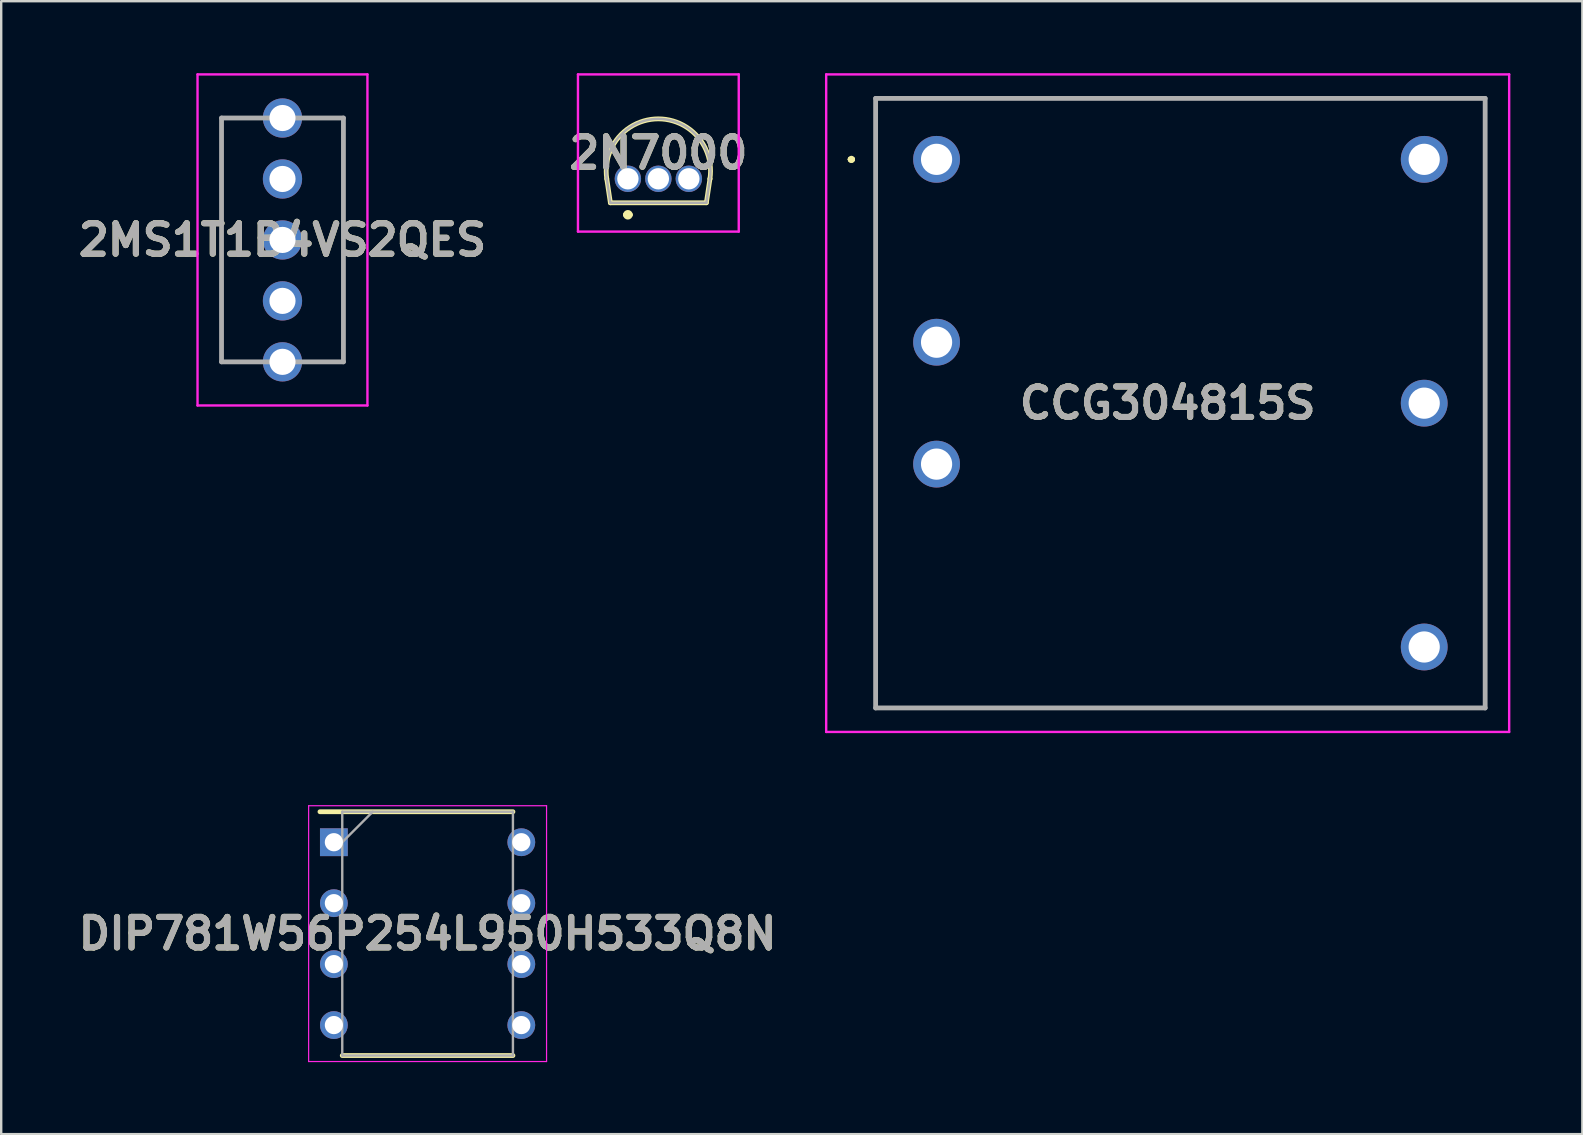
<source format=kicad_pcb>
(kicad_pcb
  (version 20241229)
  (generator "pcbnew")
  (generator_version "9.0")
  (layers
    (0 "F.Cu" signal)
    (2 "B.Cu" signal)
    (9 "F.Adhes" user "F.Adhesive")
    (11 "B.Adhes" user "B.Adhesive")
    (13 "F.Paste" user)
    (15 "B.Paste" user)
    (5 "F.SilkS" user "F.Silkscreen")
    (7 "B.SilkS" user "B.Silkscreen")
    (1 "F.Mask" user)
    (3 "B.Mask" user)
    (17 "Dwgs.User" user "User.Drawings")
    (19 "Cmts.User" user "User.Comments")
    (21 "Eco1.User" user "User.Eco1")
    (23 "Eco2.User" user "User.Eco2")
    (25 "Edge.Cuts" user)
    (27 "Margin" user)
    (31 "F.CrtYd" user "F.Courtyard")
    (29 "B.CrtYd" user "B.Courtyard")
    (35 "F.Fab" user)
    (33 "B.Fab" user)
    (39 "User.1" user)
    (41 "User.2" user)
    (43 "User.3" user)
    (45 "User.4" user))
  (footprint "CCG304815S"
    (layer "F.Cu")
    (at 35.977 3.59)
    (property "Reference" "CCG304815S" (at 9.63 10.16 0) (layer "F.SilkS") (effects (font (size 1.27 1.27) (thickness 0.254))))
    (attr through_hole)
    (fp_line (start -3.6 0) (end -3.6 0) (stroke (width 0.2) (type solid)) (layer "F.SilkS"))
    (fp_line (start -3.6 0) (end -3.6 0) (stroke (width 0.2) (type solid)) (layer "F.SilkS"))
    (fp_line (start -3.5 0) (end -3.5 0) (stroke (width 0.2) (type solid)) (layer "F.SilkS"))
    (fp_line (start -2.54 -2.54) (end 22.86 -2.54) (stroke (width 0.1) (type solid)) (layer "F.SilkS"))
    (fp_line (start -2.54 22.86) (end -2.54 -2.54) (stroke (width 0.1) (type solid)) (layer "F.SilkS"))
    (fp_line (start 22.86 -2.54) (end 22.86 22.86) (stroke (width 0.1) (type solid)) (layer "F.SilkS"))
    (fp_line (start 22.86 22.86) (end -2.54 22.86) (stroke (width 0.1) (type solid)) (layer "F.SilkS"))
    (fp_arc (start -3.6 0) (mid -3.55 -0.05) (end -3.5 0) (stroke (width 0.2) (type solid)) (layer "F.SilkS"))
    (fp_arc (start -3.5 0) (mid -3.55 0.05) (end -3.6 0) (stroke (width 0.2) (type solid)) (layer "F.SilkS"))
    (fp_arc (start -3.5 0) (mid -3.55 0.05) (end -3.6 0) (stroke (width 0.2) (type solid)) (layer "F.SilkS"))
    (fp_line (start -4.6 -3.54) (end 23.86 -3.54) (stroke (width 0.1) (type solid)) (layer "F.CrtYd"))
    (fp_line (start -4.6 23.86) (end -4.6 -3.54) (stroke (width 0.1) (type solid)) (layer "F.CrtYd"))
    (fp_line (start 23.86 -3.54) (end 23.86 23.86) (stroke (width 0.1) (type solid)) (layer "F.CrtYd"))
    (fp_line (start 23.86 23.86) (end -4.6 23.86) (stroke (width 0.1) (type solid)) (layer "F.CrtYd"))
    (fp_line (start -2.54 -2.54) (end -2.54 22.86) (stroke (width 0.2) (type solid)) (layer "F.Fab"))
    (fp_line (start -2.54 22.86) (end 22.86 22.86) (stroke (width 0.2) (type solid)) (layer "F.Fab"))
    (fp_line (start 22.86 -2.54) (end -2.54 -2.54) (stroke (width 0.2) (type solid)) (layer "F.Fab"))
    (fp_line (start 22.86 22.86) (end 22.86 -2.54) (stroke (width 0.2) (type solid)) (layer "F.Fab"))
    (fp_text user "${REFERENCE}" (at 9.63 10.16 0) (layer "F.Fab") (effects (font (size 1.27 1.27) (thickness 0.254))))
    (pad "1" thru_hole circle (at 0 0) (size 1.95 1.95) (drill 1.3) (layers "*.Cu" "*.Mask"))
    (pad "2" thru_hole circle (at 0 7.62) (size 1.95 1.95) (drill 1.3) (layers "*.Cu" "*.Mask"))
    (pad "3" thru_hole circle (at 0 12.7) (size 1.95 1.95) (drill 1.3) (layers "*.Cu" "*.Mask"))
    (pad "4" thru_hole circle (at 20.32 20.32) (size 1.95 1.95) (drill 1.3) (layers "*.Cu" "*.Mask"))
    (pad "5" thru_hole circle (at 20.32 10.16) (size 1.95 1.95) (drill 1.3) (layers "*.Cu" "*.Mask"))
    (pad "6" thru_hole circle (at 20.32 0) (size 1.95 1.95) (drill 1.3) (layers "*.Cu" "*.Mask")))
  (footprint "DIP781W56P254L950H533Q8N"
    (layer "F.Cu")
    (at 14.768 35.855)
    (property "Reference" "DIP781W56P254L950H533Q8N" (at 0 0 0) (layer "F.SilkS") (effects (font (size 1.27 1.27) (thickness 0.254))))
    (attr through_hole)
    (fp_line (start -4.485 -5.08) (end 3.556 -5.08) (stroke (width 0.2) (type solid)) (layer "F.SilkS"))
    (fp_line (start -3.556 5.08) (end 3.556 5.08) (stroke (width 0.2) (type solid)) (layer "F.SilkS"))
    (fp_line (start -4.957 -5.33) (end 4.957 -5.33) (stroke (width 0.05) (type solid)) (layer "F.CrtYd"))
    (fp_line (start -4.957 5.33) (end -4.957 -5.33) (stroke (width 0.05) (type solid)) (layer "F.CrtYd"))
    (fp_line (start 4.957 -5.33) (end 4.957 5.33) (stroke (width 0.05) (type solid)) (layer "F.CrtYd"))
    (fp_line (start 4.957 5.33) (end -4.957 5.33) (stroke (width 0.05) (type solid)) (layer "F.CrtYd"))
    (fp_line (start -3.556 -5.08) (end 3.556 -5.08) (stroke (width 0.1) (type solid)) (layer "F.Fab"))
    (fp_line (start -3.556 -3.81) (end -2.286 -5.08) (stroke (width 0.1) (type solid)) (layer "F.Fab"))
    (fp_line (start -3.556 5.08) (end -3.556 -5.08) (stroke (width 0.1) (type solid)) (layer "F.Fab"))
    (fp_line (start 3.556 -5.08) (end 3.556 5.08) (stroke (width 0.1) (type solid)) (layer "F.Fab"))
    (fp_line (start 3.556 5.08) (end -3.556 5.08) (stroke (width 0.1) (type solid)) (layer "F.Fab"))
    (fp_text user "${REFERENCE}" (at 0 0 0) (layer "F.Fab") (effects (font (size 1.27 1.27) (thickness 0.254))))
    (pad "1" thru_hole rect (at -3.905 -3.81) (size 1.159 1.159) (drill 0.759) (layers "*.Cu" "*.Mask"))
    (pad "2" thru_hole circle (at -3.905 -1.27) (size 1.159 1.159) (drill 0.759) (layers "*.Cu" "*.Mask"))
    (pad "3" thru_hole circle (at -3.905 1.27) (size 1.159 1.159) (drill 0.759) (layers "*.Cu" "*.Mask"))
    (pad "4" thru_hole circle (at -3.905 3.81) (size 1.159 1.159) (drill 0.759) (layers "*.Cu" "*.Mask"))
    (pad "5" thru_hole circle (at 3.905 3.81) (size 1.159 1.159) (drill 0.759) (layers "*.Cu" "*.Mask"))
    (pad "6" thru_hole circle (at 3.905 1.27) (size 1.159 1.159) (drill 0.759) (layers "*.Cu" "*.Mask"))
    (pad "7" thru_hole circle (at 3.905 -1.27) (size 1.159 1.159) (drill 0.759) (layers "*.Cu" "*.Mask"))
    (pad "8" thru_hole circle (at 3.905 -3.81) (size 1.159 1.159) (drill 0.759) (layers "*.Cu" "*.Mask")))
  (footprint "2MS1T1B4VS2QES"
    (layer "F.Cu")
    (at 8.721 4.408)
    (property "Reference" "2MS1T1B4VS2QES" (at 0 2.54 0) (layer "F.SilkS") (effects (font (size 1.27 1.27) (thickness 0.254))))
    (attr through_hole)
    (fp_line (start -2.54 -2.54) (end -2.54 7.62) (stroke (width 0.1) (type solid)) (layer "F.SilkS"))
    (fp_line (start -2.54 7.62) (end -1 7.62) (stroke (width 0.1) (type solid)) (layer "F.SilkS"))
    (fp_line (start -1 -2.54) (end -2.54 -2.54) (stroke (width 0.1) (type solid)) (layer "F.SilkS"))
    (fp_line (start 1 -2.54) (end 2.54 -2.54) (stroke (width 0.1) (type solid)) (layer "F.SilkS"))
    (fp_line (start 2.54 -2.54) (end 2.54 7.62) (stroke (width 0.1) (type solid)) (layer "F.SilkS"))
    (fp_line (start 2.54 7.62) (end 1 7.62) (stroke (width 0.1) (type solid)) (layer "F.SilkS"))
    (fp_line (start -3.54 -4.358) (end 3.54 -4.358) (stroke (width 0.1) (type solid)) (layer "F.CrtYd"))
    (fp_line (start -3.54 9.438) (end -3.54 -4.358) (stroke (width 0.1) (type solid)) (layer "F.CrtYd"))
    (fp_line (start 3.54 -4.358) (end 3.54 9.438) (stroke (width 0.1) (type solid)) (layer "F.CrtYd"))
    (fp_line (start 3.54 9.438) (end -3.54 9.438) (stroke (width 0.1) (type solid)) (layer "F.CrtYd"))
    (fp_line (start -2.54 -2.54) (end 2.54 -2.54) (stroke (width 0.2) (type solid)) (layer "F.Fab"))
    (fp_line (start -2.54 7.62) (end -2.54 -2.54) (stroke (width 0.2) (type solid)) (layer "F.Fab"))
    (fp_line (start 2.54 -2.54) (end 2.54 7.62) (stroke (width 0.2) (type solid)) (layer "F.Fab"))
    (fp_line (start 2.54 7.62) (end -2.54 7.62) (stroke (width 0.2) (type solid)) (layer "F.Fab"))
    (fp_text user "${REFERENCE}" (at 0 2.54 0) (layer "F.Fab") (effects (font (size 1.27 1.27) (thickness 0.254))))
    (pad "1" thru_hole circle (at 0 0) (size 1.635 1.635) (drill 1.09) (layers "*.Cu" "*.Mask"))
    (pad "2" thru_hole circle (at 0 2.54) (size 1.635 1.635) (drill 1.09) (layers "*.Cu" "*.Mask"))
    (pad "3" thru_hole circle (at 0 5.08) (size 1.635 1.635) (drill 1.09) (layers "*.Cu" "*.Mask"))
    (pad "MH1" thru_hole circle (at 0 -2.54) (size 1.635 1.635) (drill 1.09) (layers "*.Cu" "*.Mask"))
    (pad "MH2" thru_hole circle (at 0 7.62) (size 1.635 1.635) (drill 1.09) (layers "*.Cu" "*.Mask")))
  (footprint "2N7000"
    (layer "F.Cu")
    (at 23.114 4.4)
    (property "Reference" "2N7000" (at 1.27 -1.075 0) (layer "F.SilkS") (effects (font (size 1.27 1.27) (thickness 0.254))))
    (attr through_hole)
    (fp_line (start -0.88 0) (end -0.73 1) (stroke (width 0.2) (type solid)) (layer "F.SilkS"))
    (fp_line (start -0.73 1) (end 3.27 1) (stroke (width 0.2) (type solid)) (layer "F.SilkS"))
    (fp_line (start -0.1 1.5) (end -0.1 1.5) (stroke (width 0.2) (type solid)) (layer "F.SilkS"))
    (fp_line (start 0.1 1.5) (end 0.1 1.5) (stroke (width 0.2) (type solid)) (layer "F.SilkS"))
    (fp_line (start 3.27 1) (end 3.42 0) (stroke (width 0.2) (type solid)) (layer "F.SilkS"))
    (fp_line (start 3.42 0) (end 3.42 0) (stroke (width 0.2) (type solid)) (layer "F.SilkS"))
    (fp_arc (start -0.879783 0.001443) (mid 1.26927 -2.496553) (end 3.42 0) (stroke (width 0.2) (type solid)) (layer "F.SilkS"))
    (fp_arc (start -0.1 1.5) (mid 0 1.4) (end 0.1 1.5) (stroke (width 0.2) (type solid)) (layer "F.SilkS"))
    (fp_arc (start 0.1 1.5) (mid 0 1.6) (end -0.1 1.5) (stroke (width 0.2) (type solid)) (layer "F.SilkS"))
    (fp_line (start -2.08 -4.35) (end 4.62 -4.35) (stroke (width 0.1) (type solid)) (layer "F.CrtYd"))
    (fp_line (start -2.08 2.2) (end -2.08 -4.35) (stroke (width 0.1) (type solid)) (layer "F.CrtYd"))
    (fp_line (start 4.62 -4.35) (end 4.62 2.2) (stroke (width 0.1) (type solid)) (layer "F.CrtYd"))
    (fp_line (start 4.62 2.2) (end -2.08 2.2) (stroke (width 0.1) (type solid)) (layer "F.CrtYd"))
    (fp_line (start -0.88 0) (end -0.73 1) (stroke (width 0.1) (type solid)) (layer "F.Fab"))
    (fp_line (start -0.73 1) (end 3.27 1) (stroke (width 0.1) (type solid)) (layer "F.Fab"))
    (fp_line (start 3.27 1) (end 3.42 0) (stroke (width 0.1) (type solid)) (layer "F.Fab"))
    (fp_line (start 3.42 0) (end 3.42 0) (stroke (width 0.1) (type solid)) (layer "F.Fab"))
    (fp_arc (start -0.879783 0.001443) (mid 1.26927 -2.496553) (end 3.42 0) (stroke (width 0.1) (type solid)) (layer "F.Fab"))
    (fp_text user "${REFERENCE}" (at 1.27 -1.075 0) (layer "F.Fab") (effects (font (size 1.27 1.27) (thickness 0.254))))
    (pad "1" thru_hole circle (at 0 0) (size 1.1 1.1) (drill 0.89) (layers "*.Cu" "*.Mask"))
    (pad "2" thru_hole circle (at 1.27 0) (size 1.1 1.1) (drill 0.89) (layers "*.Cu" "*.Mask"))
    (pad "3" thru_hole circle (at 2.54 0) (size 1.1 1.1) (drill 0.89) (layers "*.Cu" "*.Mask")))
  (gr_rect
    (start -3 -3)
    (end 62.887 44.21)
    (stroke (width 0.1) (type default))
    (fill no)
    (layer "Edge.Cuts")))
</source>
